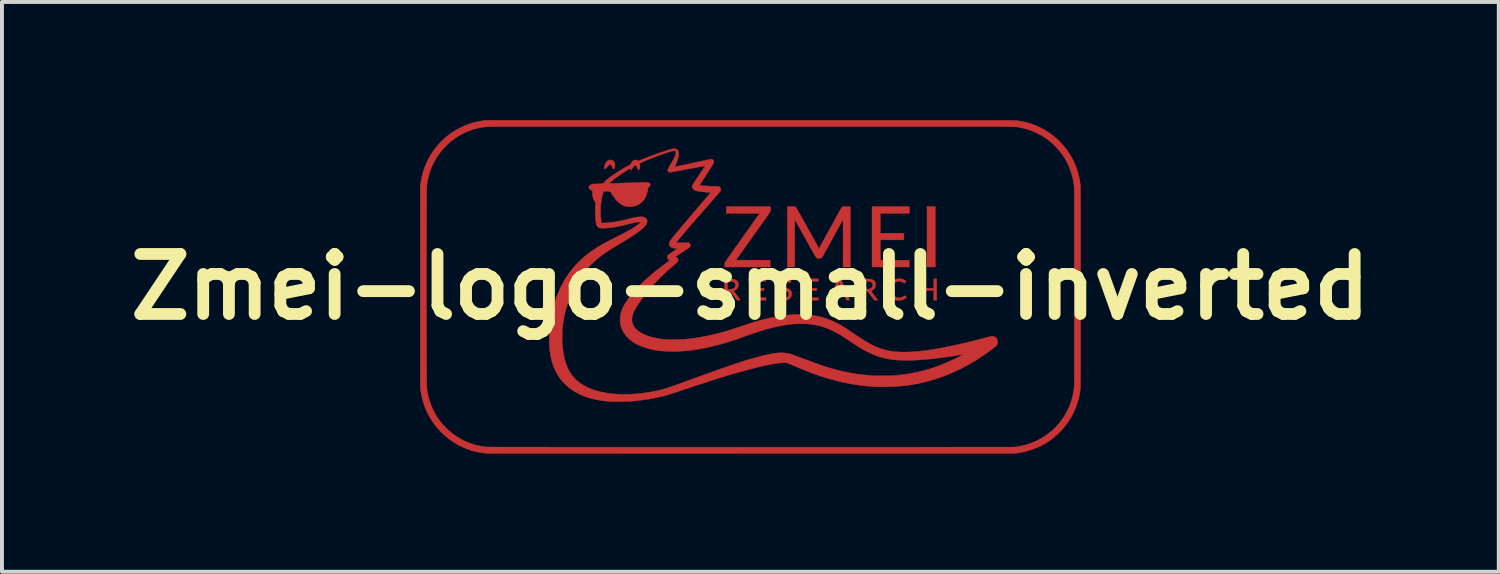
<source format=kicad_pcb>
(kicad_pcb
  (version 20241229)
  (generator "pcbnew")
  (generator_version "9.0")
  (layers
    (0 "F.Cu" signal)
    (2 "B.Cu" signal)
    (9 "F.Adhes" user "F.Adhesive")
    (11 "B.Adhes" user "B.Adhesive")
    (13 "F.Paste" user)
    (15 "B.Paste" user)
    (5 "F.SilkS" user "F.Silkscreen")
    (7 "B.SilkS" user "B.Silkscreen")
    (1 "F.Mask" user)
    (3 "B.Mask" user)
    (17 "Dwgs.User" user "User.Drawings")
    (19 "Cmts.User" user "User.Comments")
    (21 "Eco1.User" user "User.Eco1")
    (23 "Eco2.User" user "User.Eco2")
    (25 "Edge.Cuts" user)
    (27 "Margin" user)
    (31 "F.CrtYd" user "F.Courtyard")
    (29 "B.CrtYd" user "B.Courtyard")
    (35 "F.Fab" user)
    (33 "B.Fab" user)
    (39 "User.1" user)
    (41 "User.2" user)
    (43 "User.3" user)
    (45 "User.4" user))
  (footprint "Zmei-logo-small-inverted"
    (layer "F.Cu")
    (at 16.009 4.236)
    (property "Reference" "Zmei-logo-small-inverted" (at 0 0 0) (layer "F.SilkS") (effects (font (size 1.524 1.524) (thickness 0.3))))
    (attr through_hole)
    (fp_poly (pts (xy 4.699 -0.504) (xy 4.487 -0.504) (xy 4.487 -2.04) (xy 4.699 -2.04) (xy 4.699 -0.504)) (stroke (width 0.01) (type solid)) (fill yes) (layer "F.Cu"))
    (fp_poly (pts (xy 0.398 -0.14) (xy 0.14 -0.14) (xy 0.14 0.034) (xy 0.347 0.034) (xy 0.347 0.097) (xy 0.14 0.097) (xy 0.14 0.275) (xy 0.398 0.275) (xy 0.398 0.339) (xy 0.064 0.339) (xy 0.064 -0.203) (xy 0.398 -0.203) (xy 0.398 -0.14)) (stroke (width 0.01) (type solid)) (fill yes) (layer "F.Cu"))
    (fp_poly (pts (xy 1.731 -0.14) (xy 1.473 -0.14) (xy 1.473 0.034) (xy 1.685 0.034) (xy 1.685 0.097) (xy 1.473 0.097) (xy 1.473 0.275) (xy 1.731 0.275) (xy 1.731 0.339) (xy 1.397 0.339) (xy 1.397 -0.203) (xy 1.731 -0.203) (xy 1.731 -0.14)) (stroke (width 0.01) (type solid)) (fill yes) (layer "F.Cu"))
    (fp_poly (pts (xy 4.039 -1.867) (xy 3.302 -1.867) (xy 3.302 -1.363) (xy 3.899 -1.363) (xy 3.899 -1.194) (xy 3.302 -1.194) (xy 3.302 -0.677) (xy 4.039 -0.677) (xy 4.039 -0.504) (xy 3.09 -0.504) (xy 3.09 -2.04) (xy 4.039 -2.04) (xy 4.039 -1.867)) (stroke (width 0.01) (type solid)) (fill yes) (layer "F.Cu"))
    (fp_poly (pts (xy 4.369 0.038) (xy 4.657 0.038) (xy 4.657 -0.203) (xy 4.733 -0.203) (xy 4.733 0.339) (xy 4.657 0.339) (xy 4.657 0.093) (xy 4.369 0.093) (xy 4.369 0.339) (xy 4.293 0.339) (xy 4.293 -0.203) (xy 4.369 -0.203) (xy 4.369 0.038)) (stroke (width 0.01) (type solid)) (fill yes) (layer "F.Cu"))
    (fp_poly (pts (xy -3.538 -3.223) (xy -3.515 -3.219) (xy -3.503 -3.214) (xy -3.48 -3.198) (xy -3.461 -3.175) (xy -3.447 -3.149) (xy -3.446 -3.148) (xy -3.441 -3.127) (xy -3.438 -3.103) (xy -3.438 -3.079) (xy -3.44 -3.055) (xy -3.444 -3.033) (xy -3.451 -3.015) (xy -3.459 -3.001) (xy -3.468 -2.994) (xy -3.473 -2.993) (xy -3.479 -2.993) (xy -3.484 -2.996) (xy -3.488 -3.001) (xy -3.493 -3.01) (xy -3.5 -3.026) (xy -3.507 -3.044) (xy -3.52 -3.073) (xy -3.531 -3.094) (xy -3.54 -3.107) (xy -3.549 -3.115) (xy -3.554 -3.116) (xy -3.563 -3.114) (xy -3.574 -3.108) (xy -3.587 -3.097) (xy -3.604 -3.081) (xy -3.625 -3.059) (xy -3.637 -3.045) (xy -3.657 -3.023) (xy -3.673 -3.007) (xy -3.685 -2.997) (xy -3.695 -2.993) (xy -3.702 -2.994) (xy -3.707 -2.999) (xy -3.708 -3.001) (xy -3.711 -3.013) (xy -3.711 -3.03) (xy -3.708 -3.052) (xy -3.703 -3.076) (xy -3.697 -3.095) (xy -3.682 -3.133) (xy -3.661 -3.167) (xy -3.635 -3.194) (xy -3.606 -3.214) (xy -3.586 -3.221) (xy -3.563 -3.224) (xy -3.538 -3.223)) (stroke (width 0.01) (type solid)) (fill yes) (layer "F.Cu"))
    (fp_poly (pts (xy 0.516 -1.982) (xy 0.515 -1.958) (xy 0.514 -1.94) (xy 0.512 -1.927) (xy 0.51 -1.917) (xy 0.506 -1.909) (xy 0.505 -1.907) (xy 0.502 -1.902) (xy 0.494 -1.89) (xy 0.481 -1.872) (xy 0.464 -1.849) (xy 0.444 -1.819) (xy 0.42 -1.785) (xy 0.392 -1.746) (xy 0.362 -1.703) (xy 0.328 -1.655) (xy 0.292 -1.605) (xy 0.253 -1.55) (xy 0.213 -1.493) (xy 0.17 -1.433) (xy 0.126 -1.371) (xy 0.081 -1.308) (xy 0.064 -1.285) (xy -0.367 -0.679) (xy 0.068 -0.678) (xy 0.504 -0.677) (xy 0.504 -0.504) (xy -0.653 -0.504) (xy -0.651 -0.556) (xy -0.649 -0.585) (xy -0.647 -0.606) (xy -0.643 -0.622) (xy -0.642 -0.624) (xy -0.639 -0.63) (xy -0.631 -0.641) (xy -0.619 -0.659) (xy -0.602 -0.683) (xy -0.582 -0.712) (xy -0.558 -0.746) (xy -0.531 -0.785) (xy -0.5 -0.829) (xy -0.467 -0.876) (xy -0.431 -0.927) (xy -0.392 -0.982) (xy -0.352 -1.039) (xy -0.309 -1.099) (xy -0.265 -1.161) (xy -0.219 -1.225) (xy -0.199 -1.253) (xy 0.236 -1.865) (xy -0.187 -1.866) (xy -0.61 -1.867) (xy -0.61 -2.04) (xy 0.517 -2.04) (xy 0.516 -1.982)) (stroke (width 0.01) (type solid)) (fill yes) (layer "F.Cu"))
    (fp_poly (pts (xy 3.808 -0.207) (xy 3.843 -0.201) (xy 3.868 -0.193) (xy 3.894 -0.182) (xy 3.919 -0.168) (xy 3.94 -0.154) (xy 3.943 -0.151) (xy 3.958 -0.138) (xy 3.942 -0.116) (xy 3.933 -0.105) (xy 3.924 -0.097) (xy 3.919 -0.094) (xy 3.912 -0.095) (xy 3.9 -0.1) (xy 3.886 -0.108) (xy 3.883 -0.109) (xy 3.851 -0.126) (xy 3.82 -0.136) (xy 3.786 -0.14) (xy 3.776 -0.14) (xy 3.736 -0.136) (xy 3.699 -0.125) (xy 3.668 -0.107) (xy 3.641 -0.082) (xy 3.619 -0.05) (xy 3.601 -0.012) (xy 3.6 -0.008) (xy 3.595 0.013) (xy 3.592 0.04) (xy 3.591 0.07) (xy 3.593 0.1) (xy 3.596 0.128) (xy 3.602 0.149) (xy 3.619 0.187) (xy 3.641 0.219) (xy 3.669 0.244) (xy 3.701 0.263) (xy 3.737 0.274) (xy 3.776 0.278) (xy 3.807 0.276) (xy 3.837 0.27) (xy 3.861 0.261) (xy 3.884 0.248) (xy 3.896 0.24) (xy 3.908 0.231) (xy 3.918 0.226) (xy 3.923 0.224) (xy 3.93 0.227) (xy 3.94 0.235) (xy 3.95 0.243) (xy 3.968 0.262) (xy 3.95 0.279) (xy 3.919 0.304) (xy 3.886 0.323) (xy 3.85 0.335) (xy 3.808 0.342) (xy 3.804 0.343) (xy 3.787 0.345) (xy 3.773 0.346) (xy 3.765 0.347) (xy 3.763 0.347) (xy 3.758 0.346) (xy 3.747 0.344) (xy 3.733 0.343) (xy 3.733 0.343) (xy 3.687 0.334) (xy 3.646 0.317) (xy 3.61 0.294) (xy 3.579 0.265) (xy 3.553 0.23) (xy 3.533 0.189) (xy 3.519 0.143) (xy 3.513 0.11) (xy 3.511 0.061) (xy 3.516 0.013) (xy 3.526 -0.033) (xy 3.543 -0.075) (xy 3.549 -0.085) (xy 3.564 -0.106) (xy 3.584 -0.129) (xy 3.607 -0.151) (xy 3.63 -0.169) (xy 3.644 -0.177) (xy 3.68 -0.192) (xy 3.722 -0.202) (xy 3.765 -0.207) (xy 3.808 -0.207)) (stroke (width 0.01) (type solid)) (fill yes) (layer "F.Cu"))
    (fp_poly (pts (xy 2.941 -0.202) (xy 2.978 -0.201) (xy 3.008 -0.2) (xy 3.032 -0.199) (xy 3.052 -0.197) (xy 3.068 -0.194) (xy 3.082 -0.19) (xy 3.095 -0.185) (xy 3.109 -0.179) (xy 3.116 -0.175) (xy 3.138 -0.16) (xy 3.157 -0.14) (xy 3.172 -0.117) (xy 3.176 -0.106) (xy 3.182 -0.08) (xy 3.183 -0.051) (xy 3.181 -0.022) (xy 3.176 0.003) (xy 3.175 0.006) (xy 3.16 0.034) (xy 3.138 0.058) (xy 3.111 0.079) (xy 3.078 0.095) (xy 3.068 0.099) (xy 3.064 0.101) (xy 3.064 0.105) (xy 3.069 0.113) (xy 3.073 0.117) (xy 3.079 0.125) (xy 3.089 0.138) (xy 3.102 0.156) (xy 3.118 0.178) (xy 3.136 0.203) (xy 3.156 0.229) (xy 3.16 0.235) (xy 3.235 0.337) (xy 3.197 0.338) (xy 3.179 0.338) (xy 3.164 0.338) (xy 3.154 0.337) (xy 3.152 0.337) (xy 3.147 0.333) (xy 3.138 0.323) (xy 3.125 0.307) (xy 3.108 0.286) (xy 3.089 0.26) (xy 3.068 0.231) (xy 3.068 0.231) (xy 3.049 0.205) (xy 3.03 0.18) (xy 3.014 0.159) (xy 3.001 0.141) (xy 2.991 0.129) (xy 2.984 0.122) (xy 2.983 0.121) (xy 2.973 0.117) (xy 2.955 0.115) (xy 2.941 0.114) (xy 2.908 0.114) (xy 2.908 0.339) (xy 2.832 0.339) (xy 2.832 -0.14) (xy 2.908 -0.14) (xy 2.908 0.06) (xy 2.964 0.058) (xy 2.994 0.056) (xy 3.018 0.054) (xy 3.035 0.05) (xy 3.039 0.049) (xy 3.066 0.035) (xy 3.087 0.016) (xy 3.102 -0.007) (xy 3.109 -0.034) (xy 3.108 -0.063) (xy 3.107 -0.069) (xy 3.101 -0.086) (xy 3.092 -0.101) (xy 3.084 -0.109) (xy 3.071 -0.12) (xy 3.057 -0.128) (xy 3.039 -0.134) (xy 3.018 -0.138) (xy 2.99 -0.139) (xy 2.965 -0.14) (xy 2.908 -0.14) (xy 2.832 -0.14) (xy 2.832 -0.204) (xy 2.941 -0.202)) (stroke (width 0.01) (type solid)) (fill yes) (layer "F.Cu"))
    (fp_poly (pts (xy 2.411 0.068) (xy 2.429 0.113) (xy 2.447 0.156) (xy 2.462 0.196) (xy 2.477 0.232) (xy 2.49 0.264) (xy 2.5 0.291) (xy 2.509 0.312) (xy 2.515 0.328) (xy 2.518 0.336) (xy 2.519 0.338) (xy 2.515 0.339) (xy 2.505 0.339) (xy 2.491 0.339) (xy 2.476 0.338) (xy 2.461 0.337) (xy 2.449 0.335) (xy 2.442 0.334) (xy 2.442 0.333) (xy 2.438 0.328) (xy 2.432 0.316) (xy 2.424 0.298) (xy 2.416 0.278) (xy 2.408 0.259) (xy 2.382 0.19) (xy 2.264 0.191) (xy 2.146 0.193) (xy 2.12 0.258) (xy 2.111 0.281) (xy 2.103 0.301) (xy 2.096 0.317) (xy 2.09 0.328) (xy 2.088 0.331) (xy 2.083 0.335) (xy 2.075 0.337) (xy 2.061 0.338) (xy 2.046 0.339) (xy 2.029 0.338) (xy 2.018 0.338) (xy 2.013 0.336) (xy 2.012 0.333) (xy 2.013 0.331) (xy 2.015 0.326) (xy 2.019 0.314) (xy 2.027 0.295) (xy 2.037 0.27) (xy 2.049 0.24) (xy 2.062 0.206) (xy 2.077 0.168) (xy 2.09 0.135) (xy 2.168 0.135) (xy 2.263 0.135) (xy 2.291 0.135) (xy 2.316 0.135) (xy 2.336 0.134) (xy 2.35 0.133) (xy 2.357 0.132) (xy 2.358 0.132) (xy 2.356 0.127) (xy 2.352 0.115) (xy 2.346 0.098) (xy 2.337 0.075) (xy 2.328 0.049) (xy 2.316 0.02) (xy 2.314 0.013) (xy 2.302 -0.017) (xy 2.292 -0.044) (xy 2.283 -0.068) (xy 2.276 -0.087) (xy 2.271 -0.1) (xy 2.269 -0.108) (xy 2.269 -0.108) (xy 2.267 -0.114) (xy 2.265 -0.114) (xy 2.261 -0.111) (xy 2.261 -0.11) (xy 2.259 -0.105) (xy 2.255 -0.094) (xy 2.249 -0.076) (xy 2.241 -0.054) (xy 2.231 -0.029) (xy 2.221 -0.002) (xy 2.21 0.027) (xy 2.199 0.056) (xy 2.188 0.084) (xy 2.178 0.11) (xy 2.176 0.113) (xy 2.168 0.135) (xy 2.09 0.135) (xy 2.094 0.126) (xy 2.112 0.083) (xy 2.12 0.061) (xy 2.225 -0.201) (xy 2.304 -0.201) (xy 2.411 0.068)) (stroke (width 0.01) (type solid)) (fill yes) (layer "F.Cu"))
    (fp_poly (pts (xy -0.547 -0.202) (xy -0.509 -0.201) (xy -0.478 -0.2) (xy -0.454 -0.199) (xy -0.436 -0.197) (xy -0.422 -0.195) (xy -0.416 -0.194) (xy -0.381 -0.181) (xy -0.353 -0.164) (xy -0.331 -0.143) (xy -0.315 -0.117) (xy -0.314 -0.115) (xy -0.306 -0.091) (xy -0.303 -0.062) (xy -0.303 -0.033) (xy -0.308 -0.005) (xy -0.311 0.003) (xy -0.324 0.029) (xy -0.344 0.054) (xy -0.37 0.075) (xy -0.395 0.089) (xy -0.411 0.097) (xy -0.42 0.102) (xy -0.423 0.106) (xy -0.423 0.109) (xy -0.421 0.11) (xy -0.417 0.114) (xy -0.409 0.125) (xy -0.398 0.14) (xy -0.384 0.158) (xy -0.368 0.18) (xy -0.351 0.203) (xy -0.333 0.227) (xy -0.315 0.251) (xy -0.298 0.274) (xy -0.283 0.294) (xy -0.271 0.312) (xy -0.261 0.326) (xy -0.255 0.334) (xy -0.254 0.336) (xy -0.258 0.337) (xy -0.269 0.338) (xy -0.284 0.339) (xy -0.296 0.339) (xy -0.315 0.338) (xy -0.328 0.338) (xy -0.336 0.336) (xy -0.342 0.333) (xy -0.346 0.329) (xy -0.351 0.323) (xy -0.36 0.312) (xy -0.372 0.295) (xy -0.387 0.274) (xy -0.404 0.251) (xy -0.423 0.225) (xy -0.425 0.222) (xy -0.444 0.197) (xy -0.461 0.174) (xy -0.477 0.153) (xy -0.49 0.137) (xy -0.499 0.126) (xy -0.505 0.12) (xy -0.505 0.12) (xy -0.514 0.117) (xy -0.528 0.115) (xy -0.545 0.114) (xy -0.547 0.114) (xy -0.58 0.114) (xy -0.58 0.339) (xy -0.656 0.339) (xy -0.656 -0.14) (xy -0.58 -0.14) (xy -0.58 0.059) (xy -0.538 0.059) (xy -0.517 0.059) (xy -0.495 0.057) (xy -0.477 0.056) (xy -0.472 0.055) (xy -0.44 0.046) (xy -0.414 0.032) (xy -0.395 0.013) (xy -0.384 -0.011) (xy -0.379 -0.04) (xy -0.379 -0.044) (xy -0.381 -0.071) (xy -0.388 -0.093) (xy -0.401 -0.11) (xy -0.419 -0.123) (xy -0.443 -0.132) (xy -0.475 -0.137) (xy -0.514 -0.14) (xy -0.524 -0.14) (xy -0.58 -0.14) (xy -0.656 -0.14) (xy -0.656 -0.204) (xy -0.547 -0.202)) (stroke (width 0.01) (type solid)) (fill yes) (layer "F.Cu"))
    (fp_poly (pts (xy 0.922 -0.206) (xy 0.94 -0.204) (xy 0.964 -0.197) (xy 0.988 -0.187) (xy 1.011 -0.175) (xy 1.028 -0.163) (xy 1.041 -0.152) (xy 1.031 -0.131) (xy 1.021 -0.115) (xy 1.012 -0.106) (xy 1.001 -0.104) (xy 0.986 -0.109) (xy 0.975 -0.116) (xy 0.941 -0.133) (xy 0.909 -0.142) (xy 0.879 -0.143) (xy 0.85 -0.137) (xy 0.829 -0.126) (xy 0.811 -0.11) (xy 0.8 -0.09) (xy 0.796 -0.067) (xy 0.796 -0.063) (xy 0.796 -0.048) (xy 0.799 -0.037) (xy 0.805 -0.028) (xy 0.809 -0.023) (xy 0.818 -0.014) (xy 0.828 -0.007) (xy 0.841 0.001) (xy 0.858 0.008) (xy 0.88 0.017) (xy 0.905 0.026) (xy 0.942 0.04) (xy 0.972 0.053) (xy 0.995 0.066) (xy 1.013 0.08) (xy 1.027 0.095) (xy 1.038 0.112) (xy 1.04 0.116) (xy 1.046 0.137) (xy 1.05 0.163) (xy 1.049 0.191) (xy 1.046 0.219) (xy 1.043 0.229) (xy 1.03 0.262) (xy 1.01 0.29) (xy 0.984 0.312) (xy 0.953 0.329) (xy 0.917 0.34) (xy 0.877 0.345) (xy 0.835 0.342) (xy 0.816 0.339) (xy 0.797 0.335) (xy 0.787 0.332) (xy 0.77 0.325) (xy 0.75 0.314) (xy 0.73 0.301) (xy 0.714 0.288) (xy 0.708 0.283) (xy 0.698 0.272) (xy 0.711 0.25) (xy 0.722 0.236) (xy 0.733 0.229) (xy 0.745 0.229) (xy 0.76 0.236) (xy 0.771 0.244) (xy 0.801 0.262) (xy 0.832 0.274) (xy 0.864 0.279) (xy 0.894 0.278) (xy 0.921 0.271) (xy 0.945 0.257) (xy 0.952 0.25) (xy 0.966 0.232) (xy 0.974 0.209) (xy 0.978 0.186) (xy 0.975 0.164) (xy 0.968 0.146) (xy 0.955 0.132) (xy 0.934 0.119) (xy 0.906 0.106) (xy 0.878 0.097) (xy 0.836 0.083) (xy 0.801 0.068) (xy 0.774 0.051) (xy 0.753 0.033) (xy 0.738 0.013) (xy 0.728 -0.011) (xy 0.724 -0.039) (xy 0.723 -0.059) (xy 0.724 -0.08) (xy 0.727 -0.096) (xy 0.732 -0.113) (xy 0.735 -0.118) (xy 0.751 -0.145) (xy 0.773 -0.169) (xy 0.8 -0.187) (xy 0.816 -0.195) (xy 0.838 -0.201) (xy 0.865 -0.205) (xy 0.894 -0.207) (xy 0.922 -0.206)) (stroke (width 0.01) (type solid)) (fill yes) (layer "F.Cu"))
    (fp_poly (pts (xy 1.056 -2.04) (xy 1.081 -2.04) (xy 1.102 -2.039) (xy 1.119 -2.039) (xy 1.129 -2.038) (xy 1.13 -2.038) (xy 1.142 -2.033) (xy 1.154 -2.024) (xy 1.154 -2.024) (xy 1.158 -2.018) (xy 1.165 -2.006) (xy 1.176 -1.987) (xy 1.191 -1.963) (xy 1.208 -1.933) (xy 1.228 -1.898) (xy 1.25 -1.859) (xy 1.274 -1.817) (xy 1.3 -1.771) (xy 1.327 -1.722) (xy 1.356 -1.672) (xy 1.385 -1.62) (xy 1.415 -1.566) (xy 1.445 -1.513) (xy 1.475 -1.459) (xy 1.505 -1.406) (xy 1.534 -1.353) (xy 1.562 -1.303) (xy 1.589 -1.254) (xy 1.614 -1.208) (xy 1.637 -1.166) (xy 1.659 -1.127) (xy 1.678 -1.092) (xy 1.694 -1.062) (xy 1.707 -1.037) (xy 1.717 -1.018) (xy 1.724 -1.006) (xy 1.726 -1.001) (xy 1.733 -0.984) (xy 1.739 -0.971) (xy 1.743 -0.963) (xy 1.744 -0.961) (xy 1.747 -0.965) (xy 1.751 -0.975) (xy 1.758 -0.989) (xy 1.762 -1) (xy 1.766 -1.009) (xy 1.774 -1.024) (xy 1.785 -1.046) (xy 1.8 -1.074) (xy 1.818 -1.107) (xy 1.839 -1.145) (xy 1.862 -1.188) (xy 1.887 -1.235) (xy 1.915 -1.286) (xy 1.944 -1.34) (xy 1.975 -1.396) (xy 2.007 -1.454) (xy 2.04 -1.515) (xy 2.05 -1.532) (xy 2.089 -1.603) (xy 2.125 -1.667) (xy 2.156 -1.724) (xy 2.184 -1.775) (xy 2.209 -1.82) (xy 2.231 -1.859) (xy 2.25 -1.894) (xy 2.267 -1.923) (xy 2.281 -1.948) (xy 2.293 -1.969) (xy 2.303 -1.986) (xy 2.311 -2) (xy 2.318 -2.01) (xy 2.324 -2.019) (xy 2.328 -2.025) (xy 2.332 -2.029) (xy 2.334 -2.031) (xy 2.337 -2.033) (xy 2.337 -2.033) (xy 2.343 -2.036) (xy 2.35 -2.037) (xy 2.36 -2.039) (xy 2.374 -2.04) (xy 2.393 -2.04) (xy 2.418 -2.04) (xy 2.446 -2.04) (xy 2.54 -2.04) (xy 2.54 -0.504) (xy 2.354 -0.504) (xy 2.355 -1.109) (xy 2.355 -1.18) (xy 2.355 -1.248) (xy 2.355 -1.314) (xy 2.355 -1.376) (xy 2.355 -1.434) (xy 2.355 -1.488) (xy 2.355 -1.538) (xy 2.355 -1.582) (xy 2.354 -1.62) (xy 2.354 -1.653) (xy 2.354 -1.678) (xy 2.354 -1.697) (xy 2.354 -1.708) (xy 2.353 -1.711) (xy 2.351 -1.707) (xy 2.345 -1.696) (xy 2.335 -1.679) (xy 2.322 -1.655) (xy 2.306 -1.626) (xy 2.287 -1.591) (xy 2.265 -1.552) (xy 2.241 -1.508) (xy 2.215 -1.461) (xy 2.187 -1.41) (xy 2.158 -1.356) (xy 2.127 -1.3) (xy 2.095 -1.241) (xy 2.091 -1.234) (xy 2.058 -1.175) (xy 2.027 -1.118) (xy 1.997 -1.063) (xy 1.968 -1.011) (xy 1.941 -0.963) (xy 1.916 -0.918) (xy 1.894 -0.877) (xy 1.873 -0.841) (xy 1.856 -0.81) (xy 1.842 -0.785) (xy 1.83 -0.765) (xy 1.823 -0.752) (xy 1.819 -0.746) (xy 1.819 -0.746) (xy 1.808 -0.736) (xy 1.794 -0.729) (xy 1.776 -0.725) (xy 1.752 -0.724) (xy 1.735 -0.725) (xy 1.715 -0.725) (xy 1.702 -0.727) (xy 1.693 -0.729) (xy 1.686 -0.733) (xy 1.679 -0.739) (xy 1.675 -0.742) (xy 1.671 -0.748) (xy 1.665 -0.757) (xy 1.657 -0.77) (xy 1.647 -0.786) (xy 1.635 -0.807) (xy 1.62 -0.832) (xy 1.603 -0.862) (xy 1.583 -0.897) (xy 1.56 -0.937) (xy 1.534 -0.983) (xy 1.505 -1.036) (xy 1.472 -1.095) (xy 1.435 -1.16) (xy 1.399 -1.226) (xy 1.366 -1.284) (xy 1.334 -1.341) (xy 1.304 -1.396) (xy 1.275 -1.447) (xy 1.248 -1.495) (xy 1.223 -1.54) (xy 1.201 -1.58) (xy 1.181 -1.616) (xy 1.164 -1.646) (xy 1.15 -1.671) (xy 1.139 -1.69) (xy 1.132 -1.703) (xy 1.129 -1.709) (xy 1.129 -1.709) (xy 1.128 -1.709) (xy 1.128 -1.704) (xy 1.127 -1.695) (xy 1.127 -1.682) (xy 1.126 -1.664) (xy 1.126 -1.641) (xy 1.125 -1.612) (xy 1.125 -1.577) (xy 1.125 -1.536) (xy 1.125 -1.489) (xy 1.125 -1.435) (xy 1.125 -1.374) (xy 1.125 -1.305) (xy 1.125 -1.229) (xy 1.125 -1.144) (xy 1.125 -1.111) (xy 1.126 -0.504) (xy 0.94 -0.504) (xy 0.94 -2.04) (xy 1.028 -2.04) (xy 1.056 -2.04)) (stroke (width 0.01) (type solid)) (fill yes) (layer "F.Cu"))
    (fp_poly (pts (xy 0.567 -4.231) (xy 0.839 -4.231) (xy 1.102 -4.231) (xy 1.357 -4.231) (xy 1.605 -4.231) (xy 1.844 -4.231) (xy 2.077 -4.231) (xy 2.301 -4.231) (xy 2.519 -4.231) (xy 2.729 -4.231) (xy 2.931 -4.231) (xy 3.127 -4.231) (xy 3.317 -4.231) (xy 3.499 -4.231) (xy 3.675 -4.231) (xy 3.844 -4.231) (xy 4.007 -4.231) (xy 4.163 -4.231) (xy 4.314 -4.231) (xy 4.459 -4.231) (xy 4.597 -4.231) (xy 4.73 -4.231) (xy 4.858 -4.231) (xy 4.979 -4.231) (xy 5.096 -4.231) (xy 5.207 -4.231) (xy 5.313 -4.231) (xy 5.414 -4.23) (xy 5.51 -4.23) (xy 5.602 -4.23) (xy 5.688 -4.23) (xy 5.771 -4.23) (xy 5.849 -4.23) (xy 5.922 -4.23) (xy 5.992 -4.23) (xy 6.057 -4.23) (xy 6.119 -4.23) (xy 6.177 -4.23) (xy 6.231 -4.229) (xy 6.281 -4.229) (xy 6.329 -4.229) (xy 6.373 -4.229) (xy 6.414 -4.229) (xy 6.451 -4.229) (xy 6.486 -4.229) (xy 6.518 -4.228) (xy 6.548 -4.228) (xy 6.575 -4.228) (xy 6.599 -4.228) (xy 6.622 -4.228) (xy 6.642 -4.227) (xy 6.66 -4.227) (xy 6.676 -4.227) (xy 6.69 -4.227) (xy 6.703 -4.226) (xy 6.714 -4.226) (xy 6.724 -4.226) (xy 6.733 -4.226) (xy 6.74 -4.225) (xy 6.746 -4.225) (xy 6.751 -4.225) (xy 6.756 -4.225) (xy 6.76 -4.224) (xy 6.763 -4.224) (xy 6.766 -4.224) (xy 6.767 -4.223) (xy 6.894 -4.203) (xy 7.017 -4.175) (xy 7.136 -4.14) (xy 7.251 -4.097) (xy 7.363 -4.047) (xy 7.471 -3.989) (xy 7.576 -3.923) (xy 7.678 -3.849) (xy 7.733 -3.805) (xy 7.769 -3.774) (xy 7.808 -3.738) (xy 7.848 -3.699) (xy 7.887 -3.659) (xy 7.923 -3.621) (xy 7.945 -3.597) (xy 8.024 -3.498) (xy 8.095 -3.396) (xy 8.159 -3.29) (xy 8.216 -3.181) (xy 8.265 -3.067) (xy 8.306 -2.95) (xy 8.339 -2.829) (xy 8.365 -2.705) (xy 8.381 -2.603) (xy 8.381 -2.599) (xy 8.382 -2.594) (xy 8.382 -2.589) (xy 8.383 -2.582) (xy 8.383 -2.575) (xy 8.383 -2.566) (xy 8.384 -2.556) (xy 8.384 -2.545) (xy 8.385 -2.531) (xy 8.385 -2.516) (xy 8.385 -2.498) (xy 8.386 -2.477) (xy 8.386 -2.455) (xy 8.386 -2.429) (xy 8.386 -2.4) (xy 8.387 -2.368) (xy 8.387 -2.332) (xy 8.387 -2.293) (xy 8.387 -2.25) (xy 8.387 -2.203) (xy 8.387 -2.151) (xy 8.388 -2.095) (xy 8.388 -2.034) (xy 8.388 -1.969) (xy 8.388 -1.898) (xy 8.388 -1.822) (xy 8.388 -1.74) (xy 8.388 -1.653) (xy 8.388 -1.56) (xy 8.388 -1.461) (xy 8.388 -1.355) (xy 8.388 -1.243) (xy 8.388 -1.124) (xy 8.388 -0.998) (xy 8.388 -0.865) (xy 8.388 -0.725) (xy 8.388 -0.577) (xy 8.388 -0.421) (xy 8.388 -0.258) (xy 8.388 -0.086) (xy 8.388 0) (xy 8.388 0.176) (xy 8.388 0.343) (xy 8.388 0.503) (xy 8.388 0.654) (xy 8.388 0.798) (xy 8.388 0.935) (xy 8.388 1.064) (xy 8.388 1.186) (xy 8.388 1.302) (xy 8.388 1.41) (xy 8.388 1.513) (xy 8.388 1.609) (xy 8.388 1.699) (xy 8.388 1.783) (xy 8.388 1.862) (xy 8.388 1.935) (xy 8.388 2.003) (xy 8.388 2.066) (xy 8.387 2.125) (xy 8.387 2.178) (xy 8.387 2.228) (xy 8.387 2.273) (xy 8.387 2.314) (xy 8.387 2.351) (xy 8.386 2.385) (xy 8.386 2.415) (xy 8.386 2.442) (xy 8.386 2.467) (xy 8.385 2.488) (xy 8.385 2.507) (xy 8.385 2.524) (xy 8.384 2.538) (xy 8.384 2.551) (xy 8.384 2.562) (xy 8.383 2.571) (xy 8.383 2.579) (xy 8.382 2.586) (xy 8.382 2.592) (xy 8.381 2.597) (xy 8.381 2.601) (xy 8.381 2.603) (xy 8.361 2.73) (xy 8.333 2.854) (xy 8.298 2.974) (xy 8.255 3.091) (xy 8.205 3.203) (xy 8.147 3.312) (xy 8.083 3.416) (xy 8.011 3.516) (xy 7.932 3.611) (xy 7.847 3.701) (xy 7.755 3.786) (xy 7.656 3.866) (xy 7.647 3.873) (xy 7.547 3.943) (xy 7.443 4.005) (xy 7.336 4.06) (xy 7.224 4.108) (xy 7.108 4.148) (xy 6.988 4.182) (xy 6.862 4.209) (xy 6.784 4.222) (xy 6.72 4.231) (xy 0.023 4.231) (xy -0.215 4.231) (xy -0.451 4.232) (xy -0.685 4.232) (xy -0.917 4.232) (xy -1.146 4.232) (xy -1.373 4.232) (xy -1.597 4.232) (xy -1.818 4.232) (xy -2.037 4.232) (xy -2.252 4.232) (xy -2.463 4.232) (xy -2.672 4.232) (xy -2.876 4.232) (xy -3.077 4.232) (xy -3.275 4.232) (xy -3.468 4.231) (xy -3.657 4.231) (xy -3.841 4.231) (xy -4.022 4.231) (xy -4.197 4.231) (xy -4.368 4.231) (xy -4.535 4.231) (xy -4.696 4.231) (xy -4.852 4.231) (xy -5.002 4.231) (xy -5.148 4.231) (xy -5.287 4.231) (xy -5.421 4.231) (xy -5.549 4.231) (xy -5.671 4.231) (xy -5.787 4.231) (xy -5.897 4.231) (xy -6 4.231) (xy -6.097 4.231) (xy -6.186 4.231) (xy -6.269 4.231) (xy -6.345 4.231) (xy -6.414 4.231) (xy -6.476 4.231) (xy -6.53 4.231) (xy -6.576 4.231) (xy -6.615 4.231) (xy -6.646 4.231) (xy -6.669 4.231) (xy -6.684 4.231) (xy -6.69 4.23) (xy -6.691 4.23) (xy -6.816 4.216) (xy -6.936 4.194) (xy -7.053 4.165) (xy -7.166 4.128) (xy -7.277 4.084) (xy -7.352 4.05) (xy -7.39 4.031) (xy -7.422 4.014) (xy -7.451 3.998) (xy -7.479 3.982) (xy -7.507 3.965) (xy -7.539 3.945) (xy -7.567 3.926) (xy -7.668 3.854) (xy -7.764 3.776) (xy -7.854 3.691) (xy -7.938 3.6) (xy -8.016 3.504) (xy -8.079 3.414) (xy -8.102 3.379) (xy -8.122 3.348) (xy -8.139 3.32) (xy -8.155 3.292) (xy -8.17 3.263) (xy -8.187 3.23) (xy -8.203 3.199) (xy -8.247 3.102) (xy -8.285 3.005) (xy -8.317 2.905) (xy -8.343 2.802) (xy -8.364 2.694) (xy -8.374 2.625) (xy -8.384 2.555) (xy -8.384 -0.021) (xy -8.226 -0.021) (xy -8.226 0.107) (xy -8.226 0.236) (xy -8.226 0.363) (xy -8.226 0.49) (xy -8.226 0.616) (xy -8.226 0.741) (xy -8.226 0.863) (xy -8.226 0.984) (xy -8.226 1.102) (xy -8.225 1.218) (xy -8.225 1.331) (xy -8.225 1.441) (xy -8.225 1.548) (xy -8.225 1.651) (xy -8.224 1.749) (xy -8.224 1.844) (xy -8.224 1.933) (xy -8.224 2.018) (xy -8.223 2.098) (xy -8.223 2.172) (xy -8.223 2.241) (xy -8.222 2.303) (xy -8.222 2.36) (xy -8.221 2.409) (xy -8.221 2.452) (xy -8.221 2.487) (xy -8.22 2.515) (xy -8.22 2.535) (xy -8.219 2.547) (xy -8.219 2.549) (xy -8.203 2.668) (xy -8.18 2.785) (xy -8.148 2.899) (xy -8.109 3.01) (xy -8.061 3.119) (xy -8.006 3.224) (xy -7.942 3.326) (xy -7.936 3.335) (xy -7.891 3.399) (xy -7.842 3.46) (xy -7.789 3.52) (xy -7.732 3.579) (xy -7.646 3.661) (xy -7.556 3.734) (xy -7.463 3.8) (xy -7.365 3.86) (xy -7.262 3.913) (xy -7.19 3.945) (xy -7.088 3.983) (xy -6.982 4.016) (xy -6.873 4.041) (xy -6.763 4.06) (xy -6.708 4.066) (xy -6.704 4.066) (xy -6.698 4.066) (xy -6.689 4.067) (xy -6.678 4.067) (xy -6.664 4.067) (xy -6.646 4.067) (xy -6.626 4.068) (xy -6.603 4.068) (xy -6.576 4.068) (xy -6.547 4.068) (xy -6.513 4.068) (xy -6.476 4.068) (xy -6.436 4.069) (xy -6.391 4.069) (xy -6.343 4.069) (xy -6.29 4.069) (xy -6.234 4.069) (xy -6.173 4.069) (xy -6.108 4.069) (xy -6.038 4.07) (xy -5.964 4.07) (xy -5.885 4.07) (xy -5.801 4.07) (xy -5.713 4.07) (xy -5.619 4.07) (xy -5.52 4.07) (xy -5.416 4.07) (xy -5.306 4.07) (xy -5.191 4.07) (xy -5.071 4.071) (xy -4.945 4.071) (xy -4.813 4.071) (xy -4.675 4.071) (xy -4.531 4.071) (xy -4.38 4.071) (xy -4.224 4.071) (xy -4.061 4.071) (xy -3.892 4.071) (xy -3.716 4.071) (xy -3.533 4.071) (xy -3.344 4.071) (xy -3.148 4.071) (xy -2.944 4.071) (xy -2.734 4.071) (xy -2.516 4.071) (xy -2.291 4.071) (xy -2.058 4.071) (xy -1.818 4.071) (xy -1.57 4.071) (xy -1.314 4.071) (xy -1.05 4.071) (xy -0.779 4.071) (xy -0.499 4.071) (xy -0.211 4.071) (xy 0.023 4.071) (xy 6.699 4.07) (xy 6.763 4.061) (xy 6.845 4.047) (xy 6.921 4.032) (xy 6.993 4.014) (xy 7.063 3.993) (xy 7.134 3.968) (xy 7.167 3.955) (xy 7.275 3.908) (xy 7.38 3.853) (xy 7.48 3.791) (xy 7.575 3.723) (xy 7.665 3.648) (xy 7.75 3.567) (xy 7.829 3.481) (xy 7.902 3.388) (xy 7.969 3.291) (xy 8.029 3.188) (xy 8.041 3.165) (xy 8.088 3.068) (xy 8.128 2.97) (xy 8.161 2.869) (xy 8.188 2.764) (xy 8.21 2.655) (xy 8.218 2.599) (xy 8.227 2.529) (xy 8.227 -2.529) (xy 8.218 -2.599) (xy 8.197 -2.721) (xy 8.169 -2.838) (xy 8.134 -2.952) (xy 8.091 -3.061) (xy 8.041 -3.167) (xy 7.983 -3.269) (xy 7.918 -3.367) (xy 7.844 -3.462) (xy 7.835 -3.473) (xy 7.757 -3.56) (xy 7.674 -3.641) (xy 7.584 -3.715) (xy 7.49 -3.784) (xy 7.392 -3.846) (xy 7.289 -3.901) (xy 7.183 -3.949) (xy 7.074 -3.989) (xy 6.963 -4.022) (xy 6.85 -4.047) (xy 6.824 -4.051) (xy 6.819 -4.052) (xy 6.814 -4.053) (xy 6.81 -4.054) (xy 6.806 -4.055) (xy 6.802 -4.056) (xy 6.798 -4.056) (xy 6.795 -4.057) (xy 6.791 -4.058) (xy 6.787 -4.059) (xy 6.782 -4.059) (xy 6.777 -4.06) (xy 6.772 -4.061) (xy 6.765 -4.061) (xy 6.758 -4.062) (xy 6.749 -4.062) (xy 6.74 -4.063) (xy 6.729 -4.063) (xy 6.717 -4.064) (xy 6.703 -4.064) (xy 6.687 -4.065) (xy 6.67 -4.065) (xy 6.651 -4.066) (xy 6.63 -4.066) (xy 6.607 -4.067) (xy 6.581 -4.067) (xy 6.553 -4.067) (xy 6.523 -4.068) (xy 6.489 -4.068) (xy 6.454 -4.068) (xy 6.415 -4.069) (xy 6.373 -4.069) (xy 6.328 -4.069) (xy 6.28 -4.07) (xy 6.228 -4.07) (xy 6.173 -4.07) (xy 6.114 -4.07) (xy 6.052 -4.07) (xy 5.985 -4.071) (xy 5.915 -4.071) (xy 5.84 -4.071) (xy 5.762 -4.071) (xy 5.678 -4.071) (xy 5.591 -4.071) (xy 5.498 -4.072) (xy 5.401 -4.072) (xy 5.299 -4.072) (xy 5.192 -4.072) (xy 5.08 -4.072) (xy 4.963 -4.072) (xy 4.84 -4.072) (xy 4.712 -4.072) (xy 4.578 -4.072) (xy 4.438 -4.072) (xy 4.293 -4.072) (xy 4.141 -4.072) (xy 3.984 -4.072) (xy 3.82 -4.072) (xy 3.649 -4.072) (xy 3.473 -4.072) (xy 3.289 -4.072) (xy 3.099 -4.072) (xy 2.902 -4.072) (xy 2.698 -4.072) (xy 2.487 -4.072) (xy 2.269 -4.072) (xy 2.043 -4.072) (xy 1.81 -4.072) (xy 1.569 -4.072) (xy 1.32 -4.072) (xy 1.064 -4.072) (xy 0.8 -4.072) (xy 0.527 -4.072) (xy 0.246 -4.072) (xy 0.002 -4.072) (xy -0.287 -4.072) (xy -0.568 -4.072) (xy -0.84 -4.072) (xy -1.105 -4.072) (xy -1.361 -4.072) (xy -1.61 -4.072) (xy -1.851 -4.072) (xy -2.084 -4.072) (xy -2.31 -4.072) (xy -2.529 -4.072) (xy -2.74 -4.072) (xy -2.944 -4.072) (xy -3.141 -4.072) (xy -3.331 -4.072) (xy -3.514 -4.072) (xy -3.691 -4.072) (xy -3.861 -4.072) (xy -4.024 -4.072) (xy -4.182 -4.072) (xy -4.333 -4.072) (xy -4.478 -4.072) (xy -4.618 -4.072) (xy -4.751 -4.072) (xy -4.879 -4.072) (xy -5.001 -4.072) (xy -5.118 -4.072) (xy -5.229 -4.072) (xy -5.335 -4.072) (xy -5.436 -4.071) (xy -5.532 -4.071) (xy -5.623 -4.071) (xy -5.71 -4.071) (xy -5.792 -4.071) (xy -5.869 -4.071) (xy -5.942 -4.071) (xy -6.011 -4.071) (xy -6.076 -4.071) (xy -6.137 -4.071) (xy -6.193 -4.07) (xy -6.247 -4.07) (xy -6.296 -4.07) (xy -6.342 -4.07) (xy -6.384 -4.07) (xy -6.423 -4.07) (xy -6.46 -4.069) (xy -6.493 -4.069) (xy -6.523 -4.069) (xy -6.55 -4.069) (xy -6.574 -4.069) (xy -6.597 -4.069) (xy -6.616 -4.068) (xy -6.633 -4.068) (xy -6.649 -4.068) (xy -6.662 -4.068) (xy -6.673 -4.067) (xy -6.682 -4.067) (xy -6.689 -4.067) (xy -6.695 -4.067) (xy -6.7 -4.066) (xy -6.702 -4.066) (xy -6.815 -4.052) (xy -6.926 -4.03) (xy -6.961 -4.021) (xy -7.075 -3.988) (xy -7.185 -3.947) (xy -7.292 -3.898) (xy -7.396 -3.842) (xy -7.497 -3.777) (xy -7.594 -3.705) (xy -7.6 -3.701) (xy -7.63 -3.675) (xy -7.664 -3.645) (xy -7.7 -3.611) (xy -7.737 -3.574) (xy -7.773 -3.538) (xy -7.806 -3.502) (xy -7.836 -3.469) (xy -7.854 -3.447) (xy -7.927 -3.349) (xy -7.992 -3.248) (xy -8.049 -3.143) (xy -8.098 -3.036) (xy -8.14 -2.926) (xy -8.173 -2.812) (xy -8.199 -2.696) (xy -8.216 -2.578) (xy -8.219 -2.549) (xy -8.22 -2.54) (xy -8.22 -2.522) (xy -8.22 -2.497) (xy -8.221 -2.464) (xy -8.221 -2.424) (xy -8.222 -2.377) (xy -8.222 -2.323) (xy -8.222 -2.262) (xy -8.223 -2.196) (xy -8.223 -2.123) (xy -8.223 -2.045) (xy -8.224 -1.962) (xy -8.224 -1.874) (xy -8.224 -1.781) (xy -8.225 -1.684) (xy -8.225 -1.582) (xy -8.225 -1.477) (xy -8.225 -1.368) (xy -8.225 -1.256) (xy -8.226 -1.141) (xy -8.226 -1.023) (xy -8.226 -0.903) (xy -8.226 -0.781) (xy -8.226 -0.657) (xy -8.226 -0.532) (xy -8.226 -0.405) (xy -8.226 -0.278) (xy -8.226 -0.15) (xy -8.226 -0.021) (xy -8.384 -0.021) (xy -8.384 -2.555) (xy -8.374 -2.625) (xy -8.356 -2.737) (xy -8.333 -2.843) (xy -8.305 -2.944) (xy -8.271 -3.043) (xy -8.23 -3.14) (xy -8.203 -3.199) (xy -8.184 -3.237) (xy -8.167 -3.269) (xy -8.151 -3.298) (xy -8.135 -3.326) (xy -8.118 -3.354) (xy -8.098 -3.386) (xy -8.079 -3.414) (xy -8.007 -3.515) (xy -7.928 -3.611) (xy -7.844 -3.701) (xy -7.753 -3.785) (xy -7.657 -3.863) (xy -7.567 -3.926) (xy -7.532 -3.949) (xy -7.501 -3.969) (xy -7.473 -3.986) (xy -7.445 -4.002) (xy -7.416 -4.017) (xy -7.382 -4.034) (xy -7.352 -4.05) (xy -7.255 -4.094) (xy -7.158 -4.132) (xy -7.058 -4.164) (xy -6.955 -4.19) (xy -6.847 -4.211) (xy -6.778 -4.222) (xy -6.708 -4.231) (xy 0.288 -4.231) (xy 0.567 -4.231)) (stroke (width 0.01) (type solid)) (fill yes) (layer "F.Cu"))
    (fp_poly (pts (xy -1.904 -3.507) (xy -1.887 -3.503) (xy -1.866 -3.492) (xy -1.847 -3.474) (xy -1.833 -3.452) (xy -1.827 -3.437) (xy -1.822 -3.407) (xy -1.821 -3.372) (xy -1.825 -3.331) (xy -1.833 -3.285) (xy -1.845 -3.236) (xy -1.862 -3.185) (xy -1.882 -3.131) (xy -1.896 -3.099) (xy -1.904 -3.081) (xy -1.911 -3.065) (xy -1.915 -3.054) (xy -1.916 -3.049) (xy -1.916 -3.049) (xy -1.912 -3.05) (xy -1.9 -3.052) (xy -1.881 -3.056) (xy -1.855 -3.062) (xy -1.823 -3.068) (xy -1.786 -3.076) (xy -1.743 -3.085) (xy -1.697 -3.095) (xy -1.646 -3.106) (xy -1.592 -3.118) (xy -1.535 -3.13) (xy -1.492 -3.139) (xy -1.432 -3.152) (xy -1.375 -3.164) (xy -1.32 -3.176) (xy -1.267 -3.188) (xy -1.219 -3.198) (xy -1.174 -3.208) (xy -1.134 -3.216) (xy -1.1 -3.224) (xy -1.072 -3.23) (xy -1.05 -3.235) (xy -1.036 -3.238) (xy -1.031 -3.239) (xy -1.004 -3.243) (xy -0.983 -3.244) (xy -0.967 -3.24) (xy -0.952 -3.231) (xy -0.942 -3.221) (xy -0.929 -3.201) (xy -0.923 -3.179) (xy -0.926 -3.158) (xy -0.929 -3.152) (xy -0.936 -3.14) (xy -0.947 -3.122) (xy -0.961 -3.098) (xy -0.979 -3.069) (xy -0.999 -3.036) (xy -1.022 -3) (xy -1.047 -2.961) (xy -1.074 -2.919) (xy -1.102 -2.875) (xy -1.108 -2.865) (xy -1.136 -2.821) (xy -1.163 -2.779) (xy -1.188 -2.739) (xy -1.211 -2.703) (xy -1.232 -2.671) (xy -1.25 -2.643) (xy -1.265 -2.619) (xy -1.276 -2.601) (xy -1.283 -2.589) (xy -1.287 -2.583) (xy -1.287 -2.583) (xy -1.283 -2.58) (xy -1.271 -2.578) (xy -1.253 -2.575) (xy -1.229 -2.572) (xy -1.2 -2.57) (xy -1.166 -2.567) (xy -1.13 -2.564) (xy -1.092 -2.562) (xy -1.052 -2.559) (xy -1.011 -2.557) (xy -0.971 -2.555) (xy -0.932 -2.554) (xy -0.895 -2.553) (xy -0.862 -2.553) (xy -0.855 -2.553) (xy -0.826 -2.552) (xy -0.803 -2.548) (xy -0.786 -2.541) (xy -0.772 -2.53) (xy -0.763 -2.518) (xy -0.754 -2.498) (xy -0.75 -2.475) (xy -0.751 -2.453) (xy -0.756 -2.437) (xy -0.76 -2.431) (xy -0.77 -2.42) (xy -0.784 -2.403) (xy -0.802 -2.382) (xy -0.823 -2.357) (xy -0.848 -2.328) (xy -0.875 -2.297) (xy -0.904 -2.264) (xy -0.932 -2.232) (xy -1.009 -2.144) (xy -1.085 -2.058) (xy -1.159 -1.974) (xy -1.229 -1.893) (xy -1.298 -1.815) (xy -1.363 -1.74) (xy -1.425 -1.668) (xy -1.484 -1.6) (xy -1.54 -1.535) (xy -1.592 -1.475) (xy -1.641 -1.418) (xy -1.685 -1.366) (xy -1.725 -1.318) (xy -1.762 -1.275) (xy -1.793 -1.236) (xy -1.821 -1.203) (xy -1.843 -1.175) (xy -1.86 -1.153) (xy -1.873 -1.136) (xy -1.88 -1.126) (xy -1.881 -1.121) (xy -1.878 -1.12) (xy -1.869 -1.119) (xy -1.855 -1.118) (xy -1.835 -1.118) (xy -1.807 -1.119) (xy -1.772 -1.119) (xy -1.759 -1.12) (xy -1.714 -1.121) (xy -1.676 -1.122) (xy -1.645 -1.123) (xy -1.621 -1.123) (xy -1.601 -1.123) (xy -1.587 -1.123) (xy -1.576 -1.123) (xy -1.568 -1.122) (xy -1.562 -1.12) (xy -1.558 -1.119) (xy -1.554 -1.117) (xy -1.55 -1.114) (xy -1.539 -1.104) (xy -1.53 -1.092) (xy -1.529 -1.091) (xy -1.524 -1.073) (xy -1.523 -1.051) (xy -1.526 -1.031) (xy -1.531 -1.02) (xy -1.533 -1.017) (xy -1.535 -1.013) (xy -1.539 -1.01) (xy -1.543 -1.005) (xy -1.55 -1) (xy -1.56 -0.993) (xy -1.572 -0.984) (xy -1.589 -0.973) (xy -1.609 -0.959) (xy -1.634 -0.942) (xy -1.664 -0.923) (xy -1.699 -0.899) (xy -1.741 -0.872) (xy -1.775 -0.849) (xy -1.91 -0.761) (xy -1.891 -0.756) (xy -1.867 -0.746) (xy -1.849 -0.731) (xy -1.838 -0.712) (xy -1.833 -0.686) (xy -1.833 -0.681) (xy -1.835 -0.66) (xy -1.843 -0.643) (xy -1.843 -0.643) (xy -1.848 -0.636) (xy -1.859 -0.625) (xy -1.875 -0.61) (xy -1.895 -0.592) (xy -1.918 -0.572) (xy -1.943 -0.55) (xy -1.96 -0.535) (xy -2.009 -0.493) (xy -2.053 -0.455) (xy -2.093 -0.42) (xy -2.13 -0.387) (xy -2.165 -0.355) (xy -2.2 -0.322) (xy -2.236 -0.287) (xy -2.274 -0.25) (xy -2.283 -0.241) (xy -2.407 -0.115) (xy -2.523 0.012) (xy -2.631 0.14) (xy -2.73 0.269) (xy -2.82 0.398) (xy -2.896 0.516) (xy -2.925 0.568) (xy -2.95 0.614) (xy -2.97 0.657) (xy -2.985 0.698) (xy -2.996 0.737) (xy -3.004 0.773) (xy -3.009 0.825) (xy -3.005 0.876) (xy -2.994 0.925) (xy -2.975 0.972) (xy -2.949 1.017) (xy -2.915 1.059) (xy -2.873 1.1) (xy -2.825 1.137) (xy -2.769 1.173) (xy -2.707 1.205) (xy -2.638 1.234) (xy -2.562 1.261) (xy -2.48 1.284) (xy -2.392 1.303) (xy -2.381 1.305) (xy -2.328 1.315) (xy -2.276 1.323) (xy -2.223 1.329) (xy -2.168 1.334) (xy -2.108 1.337) (xy -2.043 1.34) (xy -2.002 1.341) (xy -1.861 1.34) (xy -1.716 1.334) (xy -1.566 1.321) (xy -1.413 1.302) (xy -1.255 1.277) (xy -1.092 1.245) (xy -0.924 1.207) (xy -0.751 1.163) (xy -0.597 1.12) (xy -0.575 1.113) (xy -0.547 1.104) (xy -0.512 1.093) (xy -0.473 1.081) (xy -0.43 1.067) (xy -0.384 1.052) (xy -0.336 1.036) (xy -0.288 1.02) (xy -0.25 1.008) (xy -0.166 0.98) (xy -0.089 0.954) (xy -0.018 0.932) (xy 0.047 0.911) (xy 0.107 0.892) (xy 0.164 0.876) (xy 0.217 0.86) (xy 0.268 0.846) (xy 0.318 0.833) (xy 0.367 0.821) (xy 0.4 0.813) (xy 0.551 0.779) (xy 0.695 0.751) (xy 0.835 0.73) (xy 0.969 0.714) (xy 1.099 0.704) (xy 1.224 0.7) (xy 1.346 0.702) (xy 1.463 0.709) (xy 1.578 0.723) (xy 1.689 0.742) (xy 1.769 0.76) (xy 1.86 0.785) (xy 1.948 0.813) (xy 2.035 0.847) (xy 2.124 0.886) (xy 2.184 0.915) (xy 2.208 0.927) (xy 2.23 0.938) (xy 2.252 0.949) (xy 2.273 0.961) (xy 2.294 0.973) (xy 2.316 0.986) (xy 2.34 1) (xy 2.365 1.015) (xy 2.392 1.032) (xy 2.423 1.052) (xy 2.456 1.074) (xy 2.494 1.098) (xy 2.536 1.126) (xy 2.583 1.158) (xy 2.635 1.193) (xy 2.693 1.232) (xy 2.758 1.275) (xy 2.76 1.277) (xy 2.847 1.335) (xy 2.931 1.386) (xy 3.01 1.432) (xy 3.086 1.473) (xy 3.159 1.508) (xy 3.231 1.539) (xy 3.302 1.565) (xy 3.373 1.588) (xy 3.431 1.604) (xy 3.513 1.622) (xy 3.597 1.636) (xy 3.685 1.647) (xy 3.777 1.654) (xy 3.874 1.657) (xy 3.976 1.657) (xy 4.084 1.652) (xy 4.198 1.644) (xy 4.319 1.633) (xy 4.35 1.629) (xy 4.449 1.617) (xy 4.556 1.602) (xy 4.669 1.584) (xy 4.789 1.563) (xy 4.914 1.54) (xy 5.043 1.514) (xy 5.177 1.486) (xy 5.314 1.456) (xy 5.455 1.424) (xy 5.597 1.39) (xy 5.741 1.354) (xy 5.886 1.316) (xy 6.021 1.28) (xy 6.053 1.271) (xy 6.079 1.265) (xy 6.099 1.26) (xy 6.115 1.257) (xy 6.127 1.255) (xy 6.137 1.254) (xy 6.147 1.254) (xy 6.152 1.254) (xy 6.185 1.26) (xy 6.215 1.274) (xy 6.242 1.296) (xy 6.248 1.302) (xy 6.267 1.328) (xy 6.279 1.357) (xy 6.284 1.389) (xy 6.284 1.397) (xy 6.283 1.419) (xy 6.28 1.438) (xy 6.274 1.456) (xy 6.265 1.473) (xy 6.251 1.49) (xy 6.232 1.508) (xy 6.207 1.529) (xy 6.178 1.553) (xy 6.011 1.676) (xy 5.843 1.792) (xy 5.674 1.899) (xy 5.502 1.997) (xy 5.33 2.088) (xy 5.155 2.17) (xy 4.978 2.244) (xy 4.8 2.31) (xy 4.62 2.367) (xy 4.438 2.417) (xy 4.254 2.458) (xy 4.068 2.491) (xy 3.943 2.508) (xy 3.766 2.526) (xy 3.585 2.537) (xy 3.402 2.541) (xy 3.218 2.538) (xy 3.033 2.527) (xy 3.004 2.525) (xy 2.841 2.508) (xy 2.674 2.485) (xy 2.504 2.455) (xy 2.332 2.42) (xy 2.159 2.378) (xy 1.987 2.331) (xy 1.815 2.278) (xy 1.746 2.255) (xy 1.685 2.234) (xy 1.625 2.212) (xy 1.565 2.191) (xy 1.505 2.167) (xy 1.441 2.143) (xy 1.375 2.116) (xy 1.304 2.087) (xy 1.227 2.055) (xy 1.154 2.024) (xy 1.107 2.004) (xy 1.067 1.987) (xy 1.034 1.973) (xy 1.006 1.961) (xy 0.983 1.952) (xy 0.963 1.944) (xy 0.947 1.939) (xy 0.934 1.935) (xy 0.922 1.932) (xy 0.912 1.93) (xy 0.901 1.929) (xy 0.89 1.928) (xy 0.878 1.927) (xy 0.838 1.927) (xy 0.79 1.93) (xy 0.734 1.935) (xy 0.672 1.943) (xy 0.602 1.954) (xy 0.527 1.967) (xy 0.445 1.984) (xy 0.357 2.002) (xy 0.264 2.023) (xy 0.165 2.047) (xy 0.062 2.073) (xy -0.046 2.101) (xy -0.119 2.121) (xy -0.2 2.143) (xy -0.28 2.166) (xy -0.36 2.188) (xy -0.439 2.211) (xy -0.519 2.235) (xy -0.601 2.259) (xy -0.684 2.284) (xy -0.769 2.31) (xy -0.857 2.338) (xy -0.949 2.367) (xy -1.045 2.398) (xy -1.145 2.43) (xy -1.251 2.465) (xy -1.363 2.502) (xy -1.481 2.541) (xy -1.606 2.582) (xy -1.698 2.613) (xy -1.767 2.636) (xy -1.829 2.657) (xy -1.885 2.676) (xy -1.934 2.692) (xy -1.977 2.706) (xy -2.015 2.719) (xy -2.049 2.729) (xy -2.079 2.739) (xy -2.106 2.747) (xy -2.13 2.754) (xy -2.152 2.76) (xy -2.172 2.766) (xy -2.192 2.771) (xy -2.211 2.776) (xy -2.212 2.776) (xy -2.396 2.817) (xy -2.584 2.852) (xy -2.778 2.88) (xy -2.977 2.902) (xy -3.035 2.907) (xy -3.055 2.908) (xy -3.082 2.909) (xy -3.115 2.91) (xy -3.153 2.911) (xy -3.194 2.912) (xy -3.237 2.913) (xy -3.282 2.914) (xy -3.327 2.915) (xy -3.37 2.915) (xy -3.411 2.915) (xy -3.449 2.916) (xy -3.483 2.915) (xy -3.51 2.915) (xy -3.531 2.914) (xy -3.537 2.914) (xy -3.67 2.903) (xy -3.797 2.887) (xy -3.918 2.865) (xy -4.033 2.838) (xy -4.142 2.806) (xy -4.245 2.768) (xy -4.344 2.724) (xy -4.437 2.675) (xy -4.526 2.62) (xy -4.602 2.565) (xy -4.623 2.548) (xy -4.648 2.525) (xy -4.676 2.499) (xy -4.705 2.471) (xy -4.734 2.441) (xy -4.762 2.412) (xy -4.786 2.385) (xy -4.806 2.361) (xy -4.815 2.35) (xy -4.872 2.269) (xy -4.923 2.184) (xy -4.968 2.094) (xy -5.006 2.001) (xy -5.038 1.903) (xy -5.064 1.799) (xy -5.084 1.69) (xy -5.099 1.576) (xy -5.106 1.484) (xy -5.107 1.454) (xy -5.108 1.418) (xy -5.109 1.377) (xy -5.109 1.332) (xy -5.109 1.285) (xy -5.108 1.273) (xy -4.781 1.273) (xy -4.781 1.32) (xy -4.78 1.366) (xy -4.779 1.407) (xy -4.777 1.443) (xy -4.776 1.467) (xy -4.763 1.584) (xy -4.747 1.693) (xy -4.726 1.795) (xy -4.702 1.889) (xy -4.675 1.976) (xy -4.643 2.055) (xy -4.608 2.127) (xy -4.603 2.135) (xy -4.556 2.21) (xy -4.502 2.281) (xy -4.441 2.346) (xy -4.373 2.406) (xy -4.299 2.461) (xy -4.218 2.511) (xy -4.13 2.556) (xy -4.036 2.596) (xy -3.935 2.631) (xy -3.828 2.66) (xy -3.826 2.661) (xy -3.768 2.674) (xy -3.712 2.685) (xy -3.655 2.695) (xy -3.597 2.704) (xy -3.536 2.711) (xy -3.47 2.718) (xy -3.399 2.723) (xy -3.334 2.728) (xy -3.313 2.729) (xy -3.285 2.729) (xy -3.252 2.73) (xy -3.216 2.73) (xy -3.177 2.73) (xy -3.139 2.729) (xy -3.102 2.729) (xy -3.068 2.728) (xy -3.039 2.727) (xy -3.029 2.726) (xy -2.859 2.714) (xy -2.689 2.694) (xy -2.521 2.668) (xy -2.357 2.635) (xy -2.273 2.616) (xy -2.254 2.611) (xy -2.234 2.606) (xy -2.215 2.6) (xy -2.195 2.595) (xy -2.174 2.589) (xy -2.152 2.582) (xy -2.128 2.574) (xy -2.102 2.566) (xy -2.073 2.556) (xy -2.041 2.545) (xy -2.005 2.533) (xy -1.966 2.519) (xy -1.922 2.504) (xy -1.873 2.487) (xy -1.819 2.467) (xy -1.76 2.446) (xy -1.694 2.422) (xy -1.622 2.396) (xy -1.543 2.367) (xy -1.456 2.335) (xy -1.431 2.326) (xy -1.297 2.278) (xy -1.171 2.232) (xy -1.052 2.189) (xy -0.94 2.149) (xy -0.834 2.111) (xy -0.734 2.076) (xy -0.639 2.043) (xy -0.55 2.012) (xy -0.466 1.983) (xy -0.386 1.956) (xy -0.31 1.931) (xy -0.238 1.908) (xy -0.169 1.886) (xy -0.102 1.865) (xy -0.039 1.846) (xy 0.023 1.828) (xy 0.083 1.811) (xy 0.141 1.794) (xy 0.199 1.779) (xy 0.256 1.764) (xy 0.313 1.75) (xy 0.32 1.748) (xy 0.403 1.728) (xy 0.48 1.711) (xy 0.55 1.698) (xy 0.615 1.687) (xy 0.675 1.68) (xy 0.731 1.676) (xy 0.783 1.675) (xy 0.832 1.676) (xy 0.88 1.68) (xy 0.895 1.682) (xy 0.934 1.688) (xy 0.968 1.695) (xy 1.001 1.702) (xy 1.034 1.711) (xy 1.068 1.722) (xy 1.105 1.735) (xy 1.148 1.752) (xy 1.163 1.757) (xy 1.194 1.769) (xy 1.229 1.783) (xy 1.266 1.797) (xy 1.3 1.809) (xy 1.316 1.814) (xy 1.336 1.822) (xy 1.364 1.832) (xy 1.396 1.843) (xy 1.433 1.857) (xy 1.473 1.871) (xy 1.514 1.886) (xy 1.555 1.902) (xy 1.576 1.91) (xy 1.661 1.941) (xy 1.74 1.969) (xy 1.811 1.995) (xy 1.877 2.017) (xy 1.938 2.037) (xy 1.994 2.054) (xy 2.032 2.065) (xy 2.204 2.112) (xy 2.373 2.152) (xy 2.539 2.186) (xy 2.704 2.213) (xy 2.869 2.234) (xy 3.035 2.25) (xy 3.141 2.257) (xy 3.174 2.258) (xy 3.215 2.259) (xy 3.26 2.26) (xy 3.31 2.26) (xy 3.362 2.26) (xy 3.415 2.259) (xy 3.468 2.259) (xy 3.519 2.257) (xy 3.567 2.256) (xy 3.61 2.254) (xy 3.648 2.252) (xy 3.677 2.25) (xy 3.859 2.231) (xy 4.038 2.205) (xy 4.212 2.172) (xy 4.384 2.132) (xy 4.553 2.084) (xy 4.721 2.029) (xy 4.887 1.966) (xy 5.054 1.894) (xy 5.135 1.857) (xy 5.156 1.847) (xy 5.181 1.835) (xy 5.208 1.821) (xy 5.237 1.806) (xy 5.266 1.791) (xy 5.295 1.776) (xy 5.323 1.762) (xy 5.349 1.748) (xy 5.372 1.736) (xy 5.39 1.726) (xy 5.404 1.718) (xy 5.412 1.713) (xy 5.413 1.712) (xy 5.409 1.712) (xy 5.398 1.714) (xy 5.382 1.717) (xy 5.368 1.719) (xy 5.175 1.753) (xy 4.982 1.782) (xy 4.791 1.808) (xy 4.603 1.829) (xy 4.419 1.846) (xy 4.239 1.859) (xy 4.153 1.863) (xy 4.108 1.865) (xy 4.058 1.866) (xy 4.005 1.866) (xy 3.95 1.866) (xy 3.895 1.865) (xy 3.842 1.864) (xy 3.791 1.862) (xy 3.745 1.86) (xy 3.705 1.858) (xy 3.691 1.856) (xy 3.581 1.844) (xy 3.475 1.826) (xy 3.371 1.803) (xy 3.27 1.774) (xy 3.17 1.739) (xy 3.071 1.698) (xy 2.97 1.65) (xy 2.867 1.594) (xy 2.804 1.557) (xy 2.782 1.544) (xy 2.756 1.527) (xy 2.724 1.507) (xy 2.69 1.485) (xy 2.653 1.461) (xy 2.616 1.437) (xy 2.579 1.413) (xy 2.565 1.404) (xy 2.53 1.38) (xy 2.494 1.357) (xy 2.459 1.334) (xy 2.426 1.312) (xy 2.396 1.293) (xy 2.371 1.276) (xy 2.351 1.263) (xy 2.344 1.259) (xy 2.25 1.201) (xy 2.159 1.15) (xy 2.071 1.106) (xy 1.984 1.067) (xy 1.899 1.034) (xy 1.813 1.006) (xy 1.725 0.983) (xy 1.635 0.965) (xy 1.542 0.95) (xy 1.502 0.945) (xy 1.471 0.943) (xy 1.433 0.94) (xy 1.389 0.939) (xy 1.342 0.938) (xy 1.293 0.938) (xy 1.244 0.938) (xy 1.196 0.939) (xy 1.151 0.941) (xy 1.11 0.943) (xy 1.079 0.945) (xy 0.982 0.956) (xy 0.884 0.97) (xy 0.785 0.987) (xy 0.684 1.008) (xy 0.58 1.031) (xy 0.473 1.058) (xy 0.362 1.089) (xy 0.247 1.124) (xy 0.126 1.163) (xy -0.00012 1.206) (xy -0.133 1.253) (xy -0.161 1.264) (xy -0.275 1.305) (xy -0.382 1.342) (xy -0.485 1.376) (xy -0.584 1.408) (xy -0.681 1.437) (xy -0.777 1.464) (xy -0.797 1.469) (xy -0.966 1.511) (xy -1.132 1.548) (xy -1.293 1.579) (xy -1.451 1.603) (xy -1.605 1.622) (xy -1.754 1.634) (xy -1.898 1.641) (xy -2.038 1.641) (xy -2.172 1.635) (xy -2.301 1.623) (xy -2.425 1.605) (xy -2.472 1.596) (xy -2.577 1.572) (xy -2.674 1.544) (xy -2.764 1.512) (xy -2.847 1.476) (xy -2.924 1.435) (xy -2.995 1.389) (xy -3.061 1.339) (xy -3.114 1.289) (xy -3.166 1.232) (xy -3.21 1.173) (xy -3.245 1.111) (xy -3.273 1.046) (xy -3.293 0.979) (xy -3.306 0.909) (xy -3.309 0.861) (xy -3.308 0.788) (xy -3.299 0.715) (xy -3.281 0.641) (xy -3.255 0.566) (xy -3.22 0.492) (xy -3.179 0.419) (xy -3.12 0.33) (xy -3.054 0.24) (xy -2.982 0.151) (xy -2.903 0.06) (xy -2.817 -0.031) (xy -2.724 -0.123) (xy -2.623 -0.216) (xy -2.514 -0.31) (xy -2.398 -0.407) (xy -2.358 -0.438) (xy -2.334 -0.457) (xy -2.306 -0.479) (xy -2.275 -0.502) (xy -2.243 -0.527) (xy -2.209 -0.552) (xy -2.177 -0.576) (xy -2.147 -0.599) (xy -2.119 -0.619) (xy -2.096 -0.636) (xy -2.079 -0.648) (xy -2.04 -0.675) (xy -2.06 -0.68) (xy -2.076 -0.686) (xy -2.088 -0.694) (xy -2.09 -0.696) (xy -2.099 -0.712) (xy -2.104 -0.732) (xy -2.106 -0.755) (xy -2.104 -0.77) (xy -2.101 -0.781) (xy -2.097 -0.79) (xy -2.092 -0.8) (xy -2.085 -0.809) (xy -2.074 -0.82) (xy -2.06 -0.831) (xy -2.041 -0.845) (xy -2.017 -0.862) (xy -1.987 -0.882) (xy -1.962 -0.898) (xy -1.848 -0.974) (xy -1.873 -0.974) (xy -1.913 -0.976) (xy -1.951 -0.983) (xy -1.984 -0.993) (xy -2.013 -1.007) (xy -2.035 -1.024) (xy -2.046 -1.037) (xy -2.059 -1.061) (xy -2.064 -1.087) (xy -2.062 -1.114) (xy -2.051 -1.144) (xy -2.032 -1.175) (xy -2.029 -1.18) (xy -2.015 -1.199) (xy -1.995 -1.225) (xy -1.969 -1.257) (xy -1.939 -1.295) (xy -1.902 -1.339) (xy -1.86 -1.389) (xy -1.813 -1.446) (xy -1.76 -1.509) (xy -1.702 -1.578) (xy -1.638 -1.653) (xy -1.569 -1.735) (xy -1.495 -1.822) (xy -1.415 -1.915) (xy -1.33 -2.015) (xy -1.24 -2.12) (xy -1.145 -2.232) (xy -1.144 -2.232) (xy -1.117 -2.264) (xy -1.092 -2.294) (xy -1.069 -2.321) (xy -1.049 -2.345) (xy -1.032 -2.365) (xy -1.019 -2.38) (xy -1.01 -2.391) (xy -1.007 -2.396) (xy -1.007 -2.396) (xy -1.016 -2.397) (xy -1.033 -2.398) (xy -1.054 -2.399) (xy -1.08 -2.401) (xy -1.107 -2.403) (xy -1.134 -2.405) (xy -1.16 -2.408) (xy -1.183 -2.41) (xy -1.196 -2.411) (xy -1.255 -2.418) (xy -1.305 -2.425) (xy -1.348 -2.434) (xy -1.384 -2.444) (xy -1.414 -2.455) (xy -1.437 -2.468) (xy -1.454 -2.483) (xy -1.467 -2.499) (xy -1.468 -2.503) (xy -1.476 -2.526) (xy -1.477 -2.552) (xy -1.472 -2.576) (xy -1.469 -2.584) (xy -1.465 -2.591) (xy -1.457 -2.604) (xy -1.446 -2.622) (xy -1.43 -2.646) (xy -1.412 -2.674) (xy -1.391 -2.706) (xy -1.368 -2.741) (xy -1.342 -2.779) (xy -1.316 -2.819) (xy -1.305 -2.836) (xy -1.278 -2.876) (xy -1.253 -2.914) (xy -1.229 -2.949) (xy -1.208 -2.981) (xy -1.19 -3.009) (xy -1.174 -3.033) (xy -1.162 -3.052) (xy -1.154 -3.065) (xy -1.149 -3.071) (xy -1.149 -3.072) (xy -1.153 -3.072) (xy -1.165 -3.07) (xy -1.184 -3.066) (xy -1.21 -3.061) (xy -1.242 -3.056) (xy -1.28 -3.049) (xy -1.323 -3.041) (xy -1.37 -3.032) (xy -1.421 -3.022) (xy -1.476 -3.012) (xy -1.533 -3.001) (xy -1.589 -2.991) (xy -1.649 -2.98) (xy -1.707 -2.969) (xy -1.762 -2.958) (xy -1.814 -2.949) (xy -1.862 -2.94) (xy -1.906 -2.932) (xy -1.946 -2.925) (xy -1.979 -2.919) (xy -2.006 -2.914) (xy -2.027 -2.911) (xy -2.041 -2.909) (xy -2.046 -2.908) (xy -2.066 -2.912) (xy -2.081 -2.922) (xy -2.093 -2.938) (xy -2.098 -2.956) (xy -2.096 -2.977) (xy -2.095 -2.979) (xy -2.087 -3) (xy -2.075 -3.027) (xy -2.057 -3.06) (xy -2.034 -3.099) (xy -2.012 -3.136) (xy -1.981 -3.189) (xy -1.954 -3.237) (xy -1.933 -3.279) (xy -1.916 -3.315) (xy -1.904 -3.347) (xy -1.896 -3.375) (xy -1.893 -3.399) (xy -1.892 -3.407) (xy -1.895 -3.427) (xy -1.902 -3.441) (xy -1.915 -3.45) (xy -1.932 -3.453) (xy -1.942 -3.454) (xy -1.953 -3.454) (xy -1.965 -3.452) (xy -1.98 -3.449) (xy -1.998 -3.445) (xy -2.021 -3.438) (xy -2.049 -3.43) (xy -2.082 -3.419) (xy -2.123 -3.406) (xy -2.148 -3.398) (xy -2.269 -3.357) (xy -2.382 -3.316) (xy -2.49 -3.274) (xy -2.595 -3.231) (xy -2.698 -3.187) (xy -2.73 -3.173) (xy -2.812 -3.136) (xy -2.809 -3.122) (xy -2.804 -3.082) (xy -2.805 -3.043) (xy -2.813 -3.008) (xy -2.82 -2.99) (xy -2.829 -2.975) (xy -2.839 -2.969) (xy -2.849 -2.971) (xy -2.857 -2.98) (xy -2.865 -2.998) (xy -2.866 -3.002) (xy -2.87 -3.017) (xy -2.876 -3.034) (xy -2.883 -3.051) (xy -2.889 -3.068) (xy -2.895 -3.08) (xy -2.899 -3.087) (xy -2.9 -3.088) (xy -2.905 -3.087) (xy -2.915 -3.083) (xy -2.929 -3.077) (xy -2.935 -3.074) (xy -2.949 -3.066) (xy -2.959 -3.058) (xy -2.968 -3.05) (xy -2.977 -3.039) (xy -2.988 -3.023) (xy -2.994 -3.014) (xy -3.009 -2.993) (xy -3.021 -2.979) (xy -3.03 -2.971) (xy -3.038 -2.969) (xy -3.045 -2.972) (xy -3.049 -2.976) (xy -3.055 -2.987) (xy -3.056 -2.996) (xy -3.057 -3.003) (xy -3.058 -3.006) (xy -3.064 -3.003) (xy -3.076 -2.997) (xy -3.094 -2.986) (xy -3.116 -2.973) (xy -3.142 -2.956) (xy -3.17 -2.937) (xy -3.202 -2.917) (xy -3.234 -2.895) (xy -3.267 -2.873) (xy -3.3 -2.851) (xy -3.332 -2.829) (xy -3.362 -2.808) (xy -3.39 -2.788) (xy -3.415 -2.77) (xy -3.427 -2.761) (xy -3.447 -2.746) (xy -3.468 -2.73) (xy -3.489 -2.712) (xy -3.511 -2.694) (xy -3.532 -2.677) (xy -3.55 -2.661) (xy -3.566 -2.647) (xy -3.577 -2.636) (xy -3.584 -2.629) (xy -3.585 -2.627) (xy -3.581 -2.627) (xy -3.568 -2.627) (xy -3.549 -2.628) (xy -3.522 -2.628) (xy -3.489 -2.629) (xy -3.45 -2.631) (xy -3.406 -2.632) (xy -3.358 -2.634) (xy -3.305 -2.635) (xy -3.248 -2.637) (xy -3.188 -2.639) (xy -3.125 -2.641) (xy -3.092 -2.642) (xy -2.601 -2.658) (xy -2.582 -2.647) (xy -2.563 -2.631) (xy -2.55 -2.613) (xy -2.544 -2.594) (xy -2.544 -2.591) (xy -2.548 -2.574) (xy -2.557 -2.556) (xy -2.571 -2.538) (xy -2.586 -2.525) (xy -2.595 -2.518) (xy -2.6 -2.511) (xy -2.603 -2.502) (xy -2.605 -2.487) (xy -2.605 -2.485) (xy -2.615 -2.424) (xy -2.631 -2.362) (xy -2.654 -2.302) (xy -2.669 -2.269) (xy -2.701 -2.216) (xy -2.737 -2.17) (xy -2.779 -2.131) (xy -2.825 -2.098) (xy -2.876 -2.072) (xy -2.932 -2.053) (xy -2.992 -2.041) (xy -3.056 -2.037) (xy -3.097 -2.038) (xy -3.14 -2.041) (xy -3.178 -2.049) (xy -3.214 -2.061) (xy -3.244 -2.075) (xy -3.294 -2.104) (xy -3.342 -2.141) (xy -3.389 -2.185) (xy -3.435 -2.238) (xy -3.479 -2.297) (xy -3.521 -2.363) (xy -3.534 -2.386) (xy -3.556 -2.424) (xy -3.616 -2.427) (xy -3.64 -2.428) (xy -3.664 -2.429) (xy -3.684 -2.43) (xy -3.699 -2.43) (xy -3.701 -2.43) (xy -3.724 -2.43) (xy -3.735 -2.403) (xy -3.747 -2.368) (xy -3.759 -2.325) (xy -3.77 -2.276) (xy -3.78 -2.223) (xy -3.788 -2.167) (xy -3.796 -2.11) (xy -3.801 -2.052) (xy -3.804 -1.995) (xy -3.804 -1.992) (xy -3.805 -1.956) (xy -3.805 -1.914) (xy -3.803 -1.867) (xy -3.801 -1.817) (xy -3.798 -1.768) (xy -3.794 -1.719) (xy -3.791 -1.687) (xy -3.789 -1.665) (xy -3.787 -1.647) (xy -3.785 -1.633) (xy -3.785 -1.625) (xy -3.785 -1.625) (xy -3.781 -1.623) (xy -3.769 -1.622) (xy -3.751 -1.622) (xy -3.727 -1.622) (xy -3.699 -1.624) (xy -3.667 -1.626) (xy -3.632 -1.628) (xy -3.596 -1.632) (xy -3.569 -1.634) (xy -3.517 -1.64) (xy -3.46 -1.648) (xy -3.401 -1.658) (xy -3.341 -1.669) (xy -3.283 -1.68) (xy -3.229 -1.691) (xy -3.181 -1.703) (xy -3.177 -1.704) (xy -3.123 -1.718) (xy -3.076 -1.73) (xy -3.035 -1.74) (xy -3 -1.749) (xy -2.97 -1.756) (xy -2.943 -1.762) (xy -2.919 -1.766) (xy -2.898 -1.77) (xy -2.877 -1.773) (xy -2.857 -1.775) (xy -2.836 -1.777) (xy -2.828 -1.778) (xy -2.781 -1.78) (xy -2.74 -1.777) (xy -2.707 -1.77) (xy -2.678 -1.759) (xy -2.656 -1.743) (xy -2.649 -1.735) (xy -2.631 -1.711) (xy -2.622 -1.684) (xy -2.622 -1.655) (xy -2.629 -1.624) (xy -2.644 -1.592) (xy -2.668 -1.557) (xy -2.699 -1.521) (xy -2.739 -1.482) (xy -2.743 -1.478) (xy -2.772 -1.454) (xy -2.803 -1.428) (xy -2.837 -1.402) (xy -2.875 -1.375) (xy -2.917 -1.346) (xy -2.962 -1.315) (xy -3.013 -1.282) (xy -3.07 -1.246) (xy -3.132 -1.207) (xy -3.2 -1.165) (xy -3.276 -1.12) (xy -3.292 -1.11) (xy -3.358 -1.07) (xy -3.417 -1.035) (xy -3.47 -1.002) (xy -3.518 -0.972) (xy -3.562 -0.945) (xy -3.601 -0.92) (xy -3.637 -0.896) (xy -3.671 -0.874) (xy -3.702 -0.852) (xy -3.732 -0.83) (xy -3.762 -0.808) (xy -3.791 -0.786) (xy -3.806 -0.775) (xy -3.897 -0.701) (xy -3.981 -0.627) (xy -4.059 -0.552) (xy -4.132 -0.474) (xy -4.199 -0.393) (xy -4.264 -0.307) (xy -4.325 -0.216) (xy -4.385 -0.118) (xy -4.421 -0.054) (xy -4.489 0.075) (xy -4.549 0.201) (xy -4.602 0.327) (xy -4.648 0.453) (xy -4.687 0.579) (xy -4.719 0.706) (xy -4.744 0.836) (xy -4.764 0.969) (xy -4.774 1.063) (xy -4.776 1.095) (xy -4.778 1.135) (xy -4.779 1.178) (xy -4.78 1.225) (xy -4.781 1.273) (xy -5.108 1.273) (xy -5.108 1.237) (xy -5.107 1.19) (xy -5.106 1.146) (xy -5.105 1.105) (xy -5.103 1.07) (xy -5.101 1.042) (xy -5.101 1.041) (xy -5.092 0.952) (xy -5.078 0.857) (xy -5.061 0.758) (xy -5.04 0.658) (xy -5.016 0.557) (xy -4.989 0.459) (xy -4.96 0.364) (xy -4.936 0.292) (xy -4.883 0.154) (xy -4.824 0.023) (xy -4.76 -0.103) (xy -4.69 -0.222) (xy -4.613 -0.337) (xy -4.531 -0.446) (xy -4.441 -0.55) (xy -4.345 -0.649) (xy -4.243 -0.743) (xy -4.133 -0.833) (xy -4.016 -0.919) (xy -3.892 -1.001) (xy -3.842 -1.032) (xy -3.815 -1.048) (xy -3.788 -1.063) (xy -3.762 -1.078) (xy -3.735 -1.094) (xy -3.706 -1.109) (xy -3.675 -1.126) (xy -3.64 -1.145) (xy -3.602 -1.165) (xy -3.559 -1.187) (xy -3.51 -1.212) (xy -3.455 -1.24) (xy -3.412 -1.262) (xy -3.344 -1.296) (xy -3.282 -1.328) (xy -3.227 -1.356) (xy -3.178 -1.382) (xy -3.134 -1.406) (xy -3.094 -1.428) (xy -3.058 -1.448) (xy -3.025 -1.467) (xy -2.994 -1.485) (xy -2.966 -1.503) (xy -2.938 -1.521) (xy -2.912 -1.539) (xy -2.893 -1.552) (xy -2.873 -1.566) (xy -2.853 -1.582) (xy -2.833 -1.597) (xy -2.815 -1.611) (xy -2.8 -1.624) (xy -2.788 -1.635) (xy -2.782 -1.641) (xy -2.781 -1.643) (xy -2.783 -1.646) (xy -2.79 -1.648) (xy -2.803 -1.649) (xy -2.823 -1.648) (xy -2.839 -1.646) (xy -2.866 -1.644) (xy -2.894 -1.64) (xy -2.923 -1.635) (xy -2.955 -1.629) (xy -2.991 -1.621) (xy -3.032 -1.611) (xy -3.08 -1.599) (xy -3.09 -1.596) (xy -3.186 -1.572) (xy -3.274 -1.551) (xy -3.358 -1.534) (xy -3.437 -1.52) (xy -3.513 -1.508) (xy -3.587 -1.5) (xy -3.66 -1.493) (xy -3.711 -1.49) (xy -3.745 -1.489) (xy -3.772 -1.489) (xy -3.794 -1.489) (xy -3.812 -1.492) (xy -3.827 -1.495) (xy -3.841 -1.501) (xy -3.847 -1.503) (xy -3.865 -1.515) (xy -3.883 -1.533) (xy -3.899 -1.553) (xy -3.909 -1.572) (xy -3.909 -1.574) (xy -3.914 -1.594) (xy -3.919 -1.621) (xy -3.924 -1.655) (xy -3.928 -1.693) (xy -3.932 -1.736) (xy -3.935 -1.782) (xy -3.938 -1.829) (xy -3.94 -1.877) (xy -3.941 -1.925) (xy -3.941 -1.971) (xy -3.941 -2.015) (xy -3.94 -2.055) (xy -3.937 -2.09) (xy -3.937 -2.098) (xy -3.932 -2.146) (xy -3.953 -2.173) (xy -3.974 -2.205) (xy -3.989 -2.24) (xy -4.001 -2.28) (xy -4.008 -2.326) (xy -4.011 -2.378) (xy -4.011 -2.38) (xy -4.011 -2.439) (xy -4.033 -2.451) (xy -4.064 -2.47) (xy -4.086 -2.489) (xy -4.099 -2.509) (xy -4.105 -2.528) (xy -4.102 -2.546) (xy -4.091 -2.565) (xy -4.071 -2.582) (xy -4.043 -2.598) (xy -4.041 -2.599) (xy -4.014 -2.612) (xy -3.88 -2.616) (xy -3.746 -2.621) (xy -3.69 -2.677) (xy -3.668 -2.699) (xy -3.645 -2.721) (xy -3.622 -2.742) (xy -3.601 -2.76) (xy -3.59 -2.769) (xy -3.561 -2.79) (xy -3.526 -2.815) (xy -3.486 -2.843) (xy -3.441 -2.872) (xy -3.394 -2.903) (xy -3.344 -2.934) (xy -3.294 -2.965) (xy -3.244 -2.995) (xy -3.195 -3.023) (xy -3.149 -3.049) (xy -3.114 -3.068) (xy -3.042 -3.107) (xy -3.031 -3.132) (xy -3.015 -3.165) (xy -2.995 -3.19) (xy -2.972 -3.209) (xy -2.948 -3.221) (xy -2.922 -3.225) (xy -2.896 -3.222) (xy -2.87 -3.21) (xy -2.864 -3.207) (xy -2.848 -3.196) (xy -2.752 -3.236) (xy -2.705 -3.255) (xy -2.654 -3.275) (xy -2.599 -3.296) (xy -2.542 -3.318) (xy -2.482 -3.34) (xy -2.422 -3.362) (xy -2.362 -3.383) (xy -2.302 -3.404) (xy -2.245 -3.424) (xy -2.19 -3.442) (xy -2.138 -3.459) (xy -2.091 -3.474) (xy -2.049 -3.487) (xy -2.014 -3.497) (xy -1.989 -3.503) (xy -1.96 -3.508) (xy -1.93 -3.509) (xy -1.904 -3.507)) (stroke (width 0.01) (type solid)) (fill yes) (layer "F.Cu")))
  (gr_rect
    (start -3 -3)
    (end 35.019 11.473)
    (stroke (width 0.1) (type default))
    (fill no)
    (layer "Edge.Cuts")))
</source>
